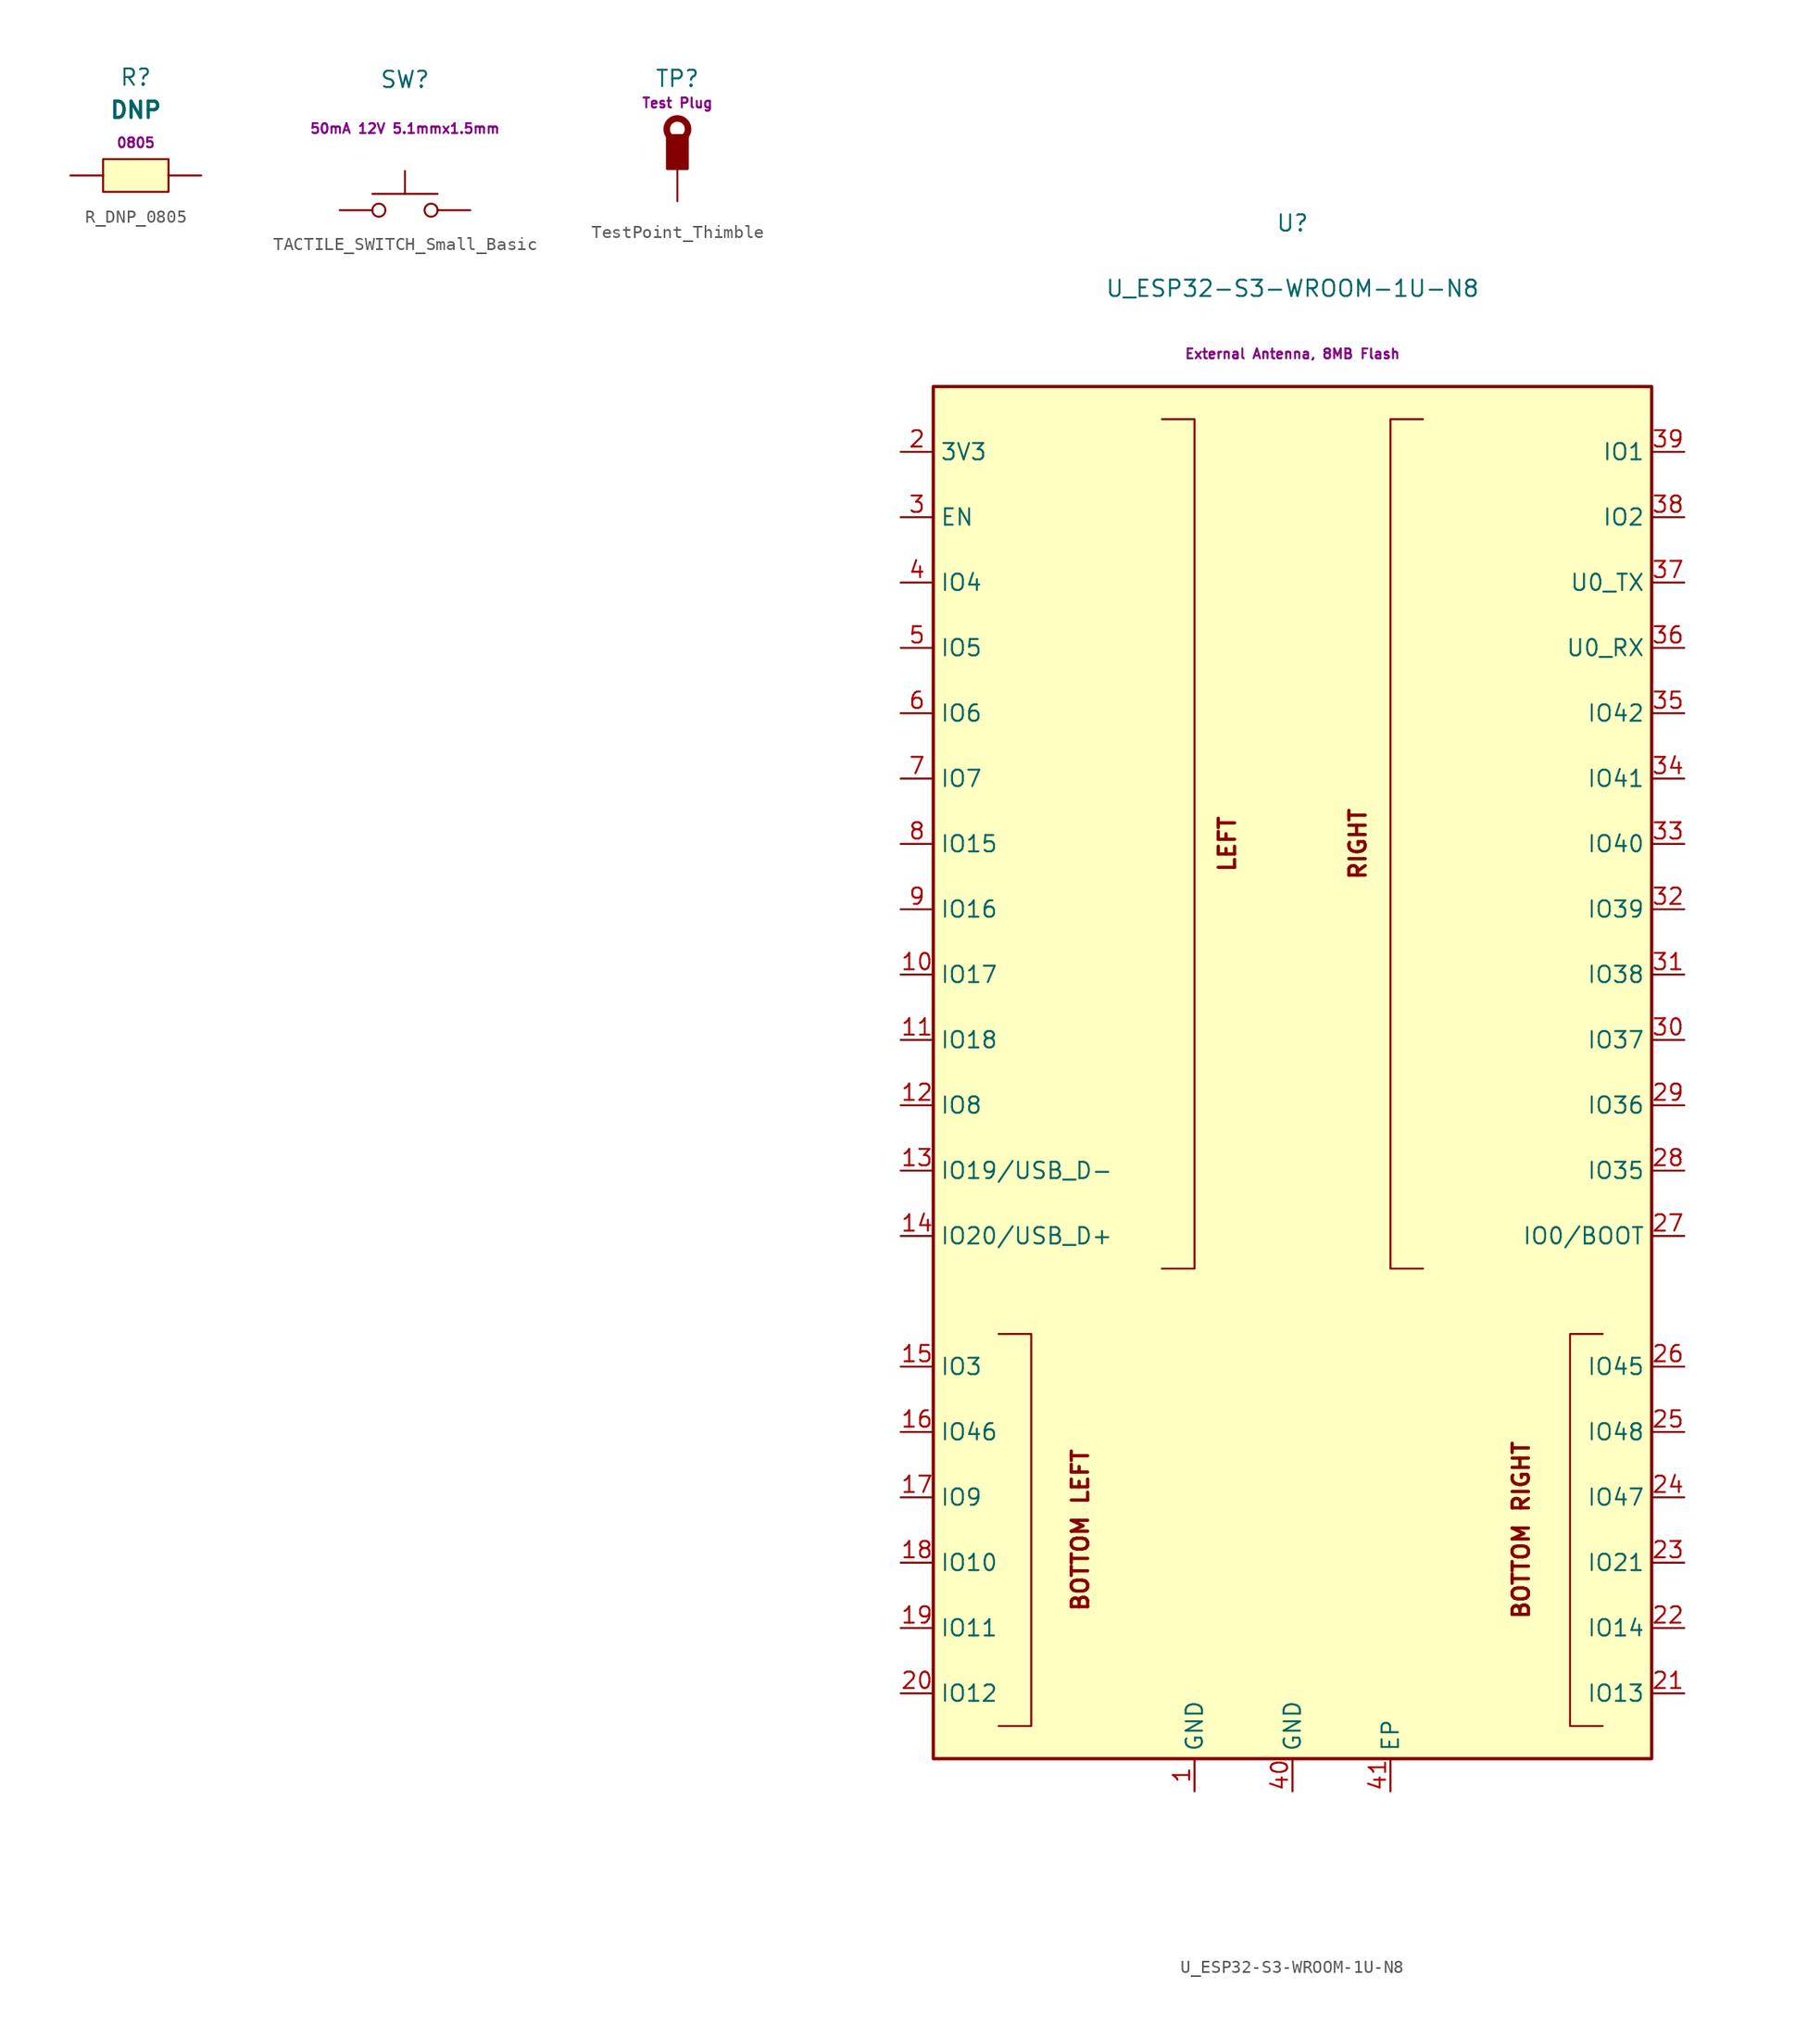
<source format=kicad_sym>
(kicad_symbol_lib
  (version 20231120)
  (generator "kicad_symbol_editor")
  (generator_version "8.0")
  (symbol "R_DNP_0805"
    (pin_numbers hide)
    (pin_names hide)
    (property "Reference" "R"
      (at 0 7.62 0)
      (effects (font (size 1.27 1.27))))
    (property "Value" "DNP"
      (at 0 5.08 0)
      (effects (font (size 1.27 1.27) (bold yes))))
    (property "Extra Values" "0805"
      (at 0 2.54 0)
      (effects (font (size 0.762 0.762) (bold yes))))
    (symbol "R_DNP_0805_0_1"
      (rectangle (start -2.54 1.27) (end 2.54 -1.27) (stroke (width 0) (type default)) (fill (type background))))
    (symbol "R_DNP_0805_1_1"
      (pin passive line (at -5.08 0 0) (length 2.54) (name "1" (effects (font (size 1.27 1.27)))) (number "1" (effects (font (size 1.27 1.27)))))
      (pin passive line (at 5.08 0 180) (length 2.54) (name "2" (effects (font (size 1.27 1.27)))) (number "2" (effects (font (size 1.27 1.27)))))))
  (symbol "TACTILE_SWITCH_Small_Basic"
    (pin_numbers hide)
    (pin_names hide)
    (property "Reference" "SW"
      (at 0 10.16 0)
      (effects (font (size 1.27 1.27))))
    (property "Extra Values" "50mA 12V 5.1mmx1.5mm"
      (at 0 6.35 0)
      (effects (font (size 0.762 0.762) (bold yes))))
    (symbol "TACTILE_SWITCH_Small_Basic_0_1"
      (circle (center -2.032 0) (radius 0.508) (stroke (width 0) (type default)) (fill (type none)))
      (polyline (pts (xy 0 1.27) (xy 0 3.048)) (stroke (width 0) (type default)) (fill (type none)))
      (polyline (pts (xy 2.54 1.27) (xy -2.54 1.27)) (stroke (width 0) (type default)) (fill (type none)))
      (circle (center 2.032 0) (radius 0.508) (stroke (width 0) (type default)) (fill (type none)))
      (pin passive line (at -5.08 0 0) (length 2.54) (name "1" (effects (font (size 1.27 1.27)))) (number "1" (effects (font (size 1.27 1.27)))))
      (pin passive line (at 5.08 0 180) (length 2.54) (name "2" (effects (font (size 1.27 1.27)))) (number "2" (effects (font (size 1.27 1.27)))))))
  (symbol "TestPoint_Thimble"
    (pin_numbers hide)
    (pin_names hide)
    (property "Reference" "TP"
      (at 0 9.504 0)
      (effects (font (size 1.27 1.27))))
    (property "Extra Values" "Test Plug"
      (at 0 7.62 0)
      (effects (font (size 0.762 0.762) (bold yes))))
    (symbol "TestPoint_Thimble_1_1"
      (rectangle (start -0.762 5.08) (end 0.762 2.54) (stroke (width 0.254) (type default)) (fill (type outline)))
      (arc (start 0.508 4.9323) (mid 0 6.4175) (end -0.508 4.9323) (stroke (width 0.508) (type default)) (fill (type none)))
      (pin passive line (at 0 0 90) (length 2.54) (name "1" (effects (font (size 1.27 1.27)))) (number "1" (effects (font (size 1.27 1.27)))))))
  (symbol "U_ESP32-S3-WROOM-1U-N8"
    (property "Reference" "U"
      (at 0 66.04 0)
      (effects (font (size 1.27 1.27))))
    (property "Value" "U_ESP32-S3-WROOM-1U-N8"
      (at 0 60.96 0)
      (effects (font (size 1.27 1.27))))
    (property "Extra Values" "External Antenna, 8MB Flash"
      (at 0 55.88 0)
      (effects (font (size 0.762 0.762) (bold yes))))
    (symbol "U_ESP32-S3-WROOM-1U-N8_0_0"
      (rectangle (start -27.94 53.34) (end 27.94 -53.34) (stroke (width 0.254) (type default)) (fill (type background))))
    (symbol "U_ESP32-S3-WROOM-1U-N8_0_1"
      (polyline (pts (xy -22.86 -50.8) (xy -20.32 -50.8) (xy -20.32 -20.32) (xy -22.86 -20.32)) (stroke (width 0) (type default)) (fill (type none)))
      (polyline (pts (xy -10.16 -15.24) (xy -7.62 -15.24) (xy -7.62 50.8) (xy -10.16 50.8)) (stroke (width 0) (type default)) (fill (type none)))
      (polyline (pts (xy 10.16 50.8) (xy 7.62 50.8) (xy 7.62 -15.24) (xy 10.16 -15.24)) (stroke (width 0) (type default)) (fill (type none)))
      (polyline (pts (xy 24.13 -20.32) (xy 21.59 -20.32) (xy 21.59 -50.8) (xy 24.13 -50.8)) (stroke (width 0) (type default)) (fill (type none))))
    (symbol "U_ESP32-S3-WROOM-1U-N8_1_1"
      (text "BOTTOM LEFT" (at -16.51 -35.56 900) (effects (font (size 1.27 1.27) (bold yes))))
      (text "BOTTOM RIGHT" (at 17.78 -35.56 900) (effects (font (size 1.27 1.27) (bold yes))))
      (text "LEFT" (at -5.08 17.78 900) (effects (font (size 1.27 1.27) (bold yes))))
      (text "RIGHT" (at 5.08 17.78 900) (effects (font (size 1.27 1.27) (bold yes))))
      (pin power_in line (at -7.62 -55.88 90) (length 2.54) (name "GND" (effects (font (size 1.27 1.27)))) (number "1" (effects (font (size 1.27 1.27)))))
      (pin bidirectional line (at -30.48 7.62 0) (length 2.54) (name "IO17" (effects (font (size 1.27 1.27)))) (number "10" (effects (font (size 1.27 1.27)))))
      (pin bidirectional line (at -30.48 2.54 0) (length 2.54) (name "IO18" (effects (font (size 1.27 1.27)))) (number "11" (effects (font (size 1.27 1.27)))))
      (pin bidirectional line (at -30.48 -2.54 0) (length 2.54) (name "IO8" (effects (font (size 1.27 1.27)))) (number "12" (effects (font (size 1.27 1.27)))))
      (pin bidirectional line (at -30.48 -7.62 0) (length 2.54) (name "IO19/USB_D-" (effects (font (size 1.27 1.27)))) (number "13" (effects (font (size 1.27 1.27)))))
      (pin bidirectional line (at -30.48 -12.7 0) (length 2.54) (name "IO20/USB_D+" (effects (font (size 1.27 1.27)))) (number "14" (effects (font (size 1.27 1.27)))))
      (pin bidirectional line (at -30.48 -22.86 0) (length 2.54) (name "IO3" (effects (font (size 1.27 1.27)))) (number "15" (effects (font (size 1.27 1.27)))))
      (pin bidirectional line (at -30.48 -27.94 0) (length 2.54) (name "IO46" (effects (font (size 1.27 1.27)))) (number "16" (effects (font (size 1.27 1.27)))))
      (pin bidirectional line (at -30.48 -33.02 0) (length 2.54) (name "IO9" (effects (font (size 1.27 1.27)))) (number "17" (effects (font (size 1.27 1.27)))))
      (pin bidirectional line (at -30.48 -38.1 0) (length 2.54) (name "IO10" (effects (font (size 1.27 1.27)))) (number "18" (effects (font (size 1.27 1.27)))))
      (pin bidirectional line (at -30.48 -43.18 0) (length 2.54) (name "IO11" (effects (font (size 1.27 1.27)))) (number "19" (effects (font (size 1.27 1.27)))))
      (pin power_in line (at -30.48 48.26 0) (length 2.54) (name "3V3" (effects (font (size 1.27 1.27)))) (number "2" (effects (font (size 1.27 1.27)))))
      (pin bidirectional line (at -30.48 -48.26 0) (length 2.54) (name "IO12" (effects (font (size 1.27 1.27)))) (number "20" (effects (font (size 1.27 1.27)))))
      (pin bidirectional line (at 30.48 -48.26 180) (length 2.54) (name "IO13" (effects (font (size 1.27 1.27)))) (number "21" (effects (font (size 1.27 1.27)))))
      (pin bidirectional line (at 30.48 -43.18 180) (length 2.54) (name "IO14" (effects (font (size 1.27 1.27)))) (number "22" (effects (font (size 1.27 1.27)))))
      (pin bidirectional line (at 30.48 -38.1 180) (length 2.54) (name "IO21" (effects (font (size 1.27 1.27)))) (number "23" (effects (font (size 1.27 1.27)))))
      (pin bidirectional line (at 30.48 -33.02 180) (length 2.54) (name "IO47" (effects (font (size 1.27 1.27)))) (number "24" (effects (font (size 1.27 1.27)))))
      (pin bidirectional line (at 30.48 -27.94 180) (length 2.54) (name "IO48" (effects (font (size 1.27 1.27)))) (number "25" (effects (font (size 1.27 1.27)))))
      (pin bidirectional line (at 30.48 -22.86 180) (length 2.54) (name "IO45" (effects (font (size 1.27 1.27)))) (number "26" (effects (font (size 1.27 1.27)))))
      (pin bidirectional line (at 30.48 -12.7 180) (length 2.54) (name "IO0/BOOT" (effects (font (size 1.27 1.27)))) (number "27" (effects (font (size 1.27 1.27)))))
      (pin bidirectional line (at 30.48 -7.62 180) (length 2.54) (name "IO35" (effects (font (size 1.27 1.27)))) (number "28" (effects (font (size 1.27 1.27)))))
      (pin bidirectional line (at 30.48 -2.54 180) (length 2.54) (name "IO36" (effects (font (size 1.27 1.27)))) (number "29" (effects (font (size 1.27 1.27)))))
      (pin input line (at -30.48 43.18 0) (length 2.54) (name "EN" (effects (font (size 1.27 1.27)))) (number "3" (effects (font (size 1.27 1.27)))))
      (pin bidirectional line (at 30.48 2.54 180) (length 2.54) (name "IO37" (effects (font (size 1.27 1.27)))) (number "30" (effects (font (size 1.27 1.27)))))
      (pin bidirectional line (at 30.48 7.62 180) (length 2.54) (name "IO38" (effects (font (size 1.27 1.27)))) (number "31" (effects (font (size 1.27 1.27)))))
      (pin bidirectional line (at 30.48 12.7 180) (length 2.54) (name "IO39" (effects (font (size 1.27 1.27)))) (number "32" (effects (font (size 1.27 1.27)))))
      (pin bidirectional line (at 30.48 17.78 180) (length 2.54) (name "IO40" (effects (font (size 1.27 1.27)))) (number "33" (effects (font (size 1.27 1.27)))))
      (pin bidirectional line (at 30.48 22.86 180) (length 2.54) (name "IO41" (effects (font (size 1.27 1.27)))) (number "34" (effects (font (size 1.27 1.27)))))
      (pin bidirectional line (at 30.48 27.94 180) (length 2.54) (name "IO42" (effects (font (size 1.27 1.27)))) (number "35" (effects (font (size 1.27 1.27)))))
      (pin bidirectional line (at 30.48 33.02 180) (length 2.54) (name "U0_RX" (effects (font (size 1.27 1.27)))) (number "36" (effects (font (size 1.27 1.27)))))
      (pin bidirectional line (at 30.48 38.1 180) (length 2.54) (name "U0_TX" (effects (font (size 1.27 1.27)))) (number "37" (effects (font (size 1.27 1.27)))))
      (pin bidirectional line (at 30.48 43.18 180) (length 2.54) (name "IO2" (effects (font (size 1.27 1.27)))) (number "38" (effects (font (size 1.27 1.27)))))
      (pin bidirectional line (at 30.48 48.26 180) (length 2.54) (name "IO1" (effects (font (size 1.27 1.27)))) (number "39" (effects (font (size 1.27 1.27)))))
      (pin bidirectional line (at -30.48 38.1 0) (length 2.54) (name "IO4" (effects (font (size 1.27 1.27)))) (number "4" (effects (font (size 1.27 1.27)))))
      (pin power_in line (at 0 -55.88 90) (length 2.54) (name "GND" (effects (font (size 1.27 1.27)))) (number "40" (effects (font (size 1.27 1.27)))))
      (pin power_in line (at 7.62 -55.88 90) (length 2.54) (name "EP" (effects (font (size 1.27 1.27)))) (number "41" (effects (font (size 1.27 1.27)))))
      (pin bidirectional line (at -30.48 33.02 0) (length 2.54) (name "IO5" (effects (font (size 1.27 1.27)))) (number "5" (effects (font (size 1.27 1.27)))))
      (pin bidirectional line (at -30.48 27.94 0) (length 2.54) (name "IO6" (effects (font (size 1.27 1.27)))) (number "6" (effects (font (size 1.27 1.27)))))
      (pin bidirectional line (at -30.48 22.86 0) (length 2.54) (name "IO7" (effects (font (size 1.27 1.27)))) (number "7" (effects (font (size 1.27 1.27)))))
      (pin bidirectional line (at -30.48 17.78 0) (length 2.54) (name "IO15" (effects (font (size 1.27 1.27)))) (number "8" (effects (font (size 1.27 1.27)))))
      (pin bidirectional line (at -30.48 12.7 0) (length 2.54) (name "IO16" (effects (font (size 1.27 1.27)))) (number "9" (effects (font (size 1.27 1.27))))))))
</source>
